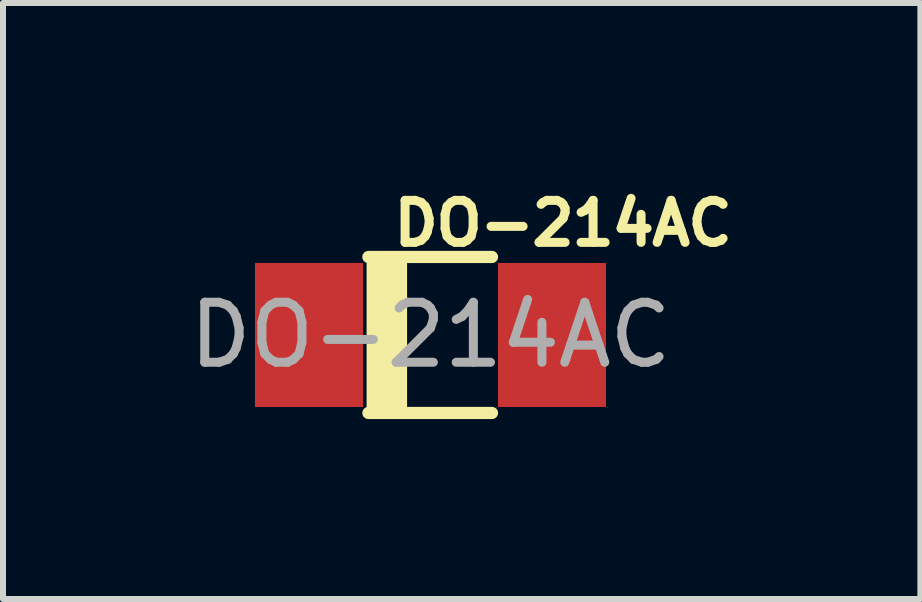
<source format=kicad_pcb>
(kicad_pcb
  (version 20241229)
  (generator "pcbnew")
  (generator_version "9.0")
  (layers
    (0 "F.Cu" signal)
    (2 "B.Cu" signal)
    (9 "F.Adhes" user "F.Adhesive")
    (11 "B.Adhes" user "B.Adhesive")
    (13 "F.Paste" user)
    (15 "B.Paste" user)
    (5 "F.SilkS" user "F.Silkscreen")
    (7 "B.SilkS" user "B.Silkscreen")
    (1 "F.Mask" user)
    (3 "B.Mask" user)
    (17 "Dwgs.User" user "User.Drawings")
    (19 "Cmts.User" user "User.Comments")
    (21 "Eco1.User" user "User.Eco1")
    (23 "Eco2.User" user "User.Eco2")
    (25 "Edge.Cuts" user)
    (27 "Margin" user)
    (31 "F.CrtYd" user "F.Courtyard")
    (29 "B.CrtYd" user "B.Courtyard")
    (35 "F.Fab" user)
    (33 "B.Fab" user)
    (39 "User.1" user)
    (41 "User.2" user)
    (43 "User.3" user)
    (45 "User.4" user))
  (footprint "DO-214AC"
    (layer "F.Cu")
    (at 4.125 2.533)
    (property "Reference" "DO-214AC" (at 2.21 -1.86 0) (layer "F.SilkS") (effects (font (size 0.7 0.7) (thickness 0.15))))
    (attr smd)
    (fp_line (start -1.035 -1.3) (end 1.025 -1.3) (stroke (width 0.203) (type solid)) (layer "F.SilkS"))
    (fp_line (start 1.025 1.3) (end -1.035 1.3) (stroke (width 0.203) (type solid)) (layer "F.SilkS"))
    (fp_poly (pts (xy -1.065 -1.225) (xy -0.39 -1.225) (xy -0.39 1.225) (xy -1.065 1.225)) (stroke (width 0) (type solid)) (fill yes) (layer "F.SilkS"))
    (fp_line (start -2.15 -1.3) (end 2.15 -1.3) (stroke (width 0.203) (type solid)) (layer "Eco2.User"))
    (fp_line (start -2.15 1.3) (end -2.15 -1.3) (stroke (width 0.203) (type solid)) (layer "Eco2.User"))
    (fp_line (start 2.15 -1.3) (end 2.15 1.3) (stroke (width 0.203) (type solid)) (layer "Eco2.User"))
    (fp_line (start 2.15 1.3) (end -2.15 1.3) (stroke (width 0.203) (type solid)) (layer "Eco2.User"))
    (fp_poly (pts (xy -2.825 -1.1) (xy -2.175 -1.1) (xy -2.175 1.1) (xy -2.825 1.1)) (stroke (width 0.1) (type solid)) (fill no) (layer "Eco2.User"))
    (fp_poly (pts (xy -1.75 -1.225) (xy -1.075 -1.225) (xy -1.075 1.225) (xy -1.75 1.225)) (stroke (width 0.1) (type solid)) (fill no) (layer "Eco2.User"))
    (fp_poly (pts (xy 2.825 1.1) (xy 2.175 1.1) (xy 2.175 -1.1) (xy 2.825 -1.1)) (stroke (width 0.1) (type solid)) (fill no) (layer "Eco2.User"))
    (fp_text user "${REFERENCE}" (at 0 0 0) (layer "F.Fab") (effects (font (size 1 1) (thickness 0.15))))
    (pad "1" smd rect (at 2.025 0 180) (size 1.8 2.4) (layers "F.Cu" "F.Mask" "F.Paste"))
    (pad "2" smd rect (at -2.025 0) (size 1.8 2.4) (layers "F.Cu" "F.Mask" "F.Paste")))
  (gr_rect
    (start -3 -3)
    (end 12.29 6.934)
    (stroke (width 0.1) (type default))
    (fill no)
    (layer "Edge.Cuts")))
</source>
